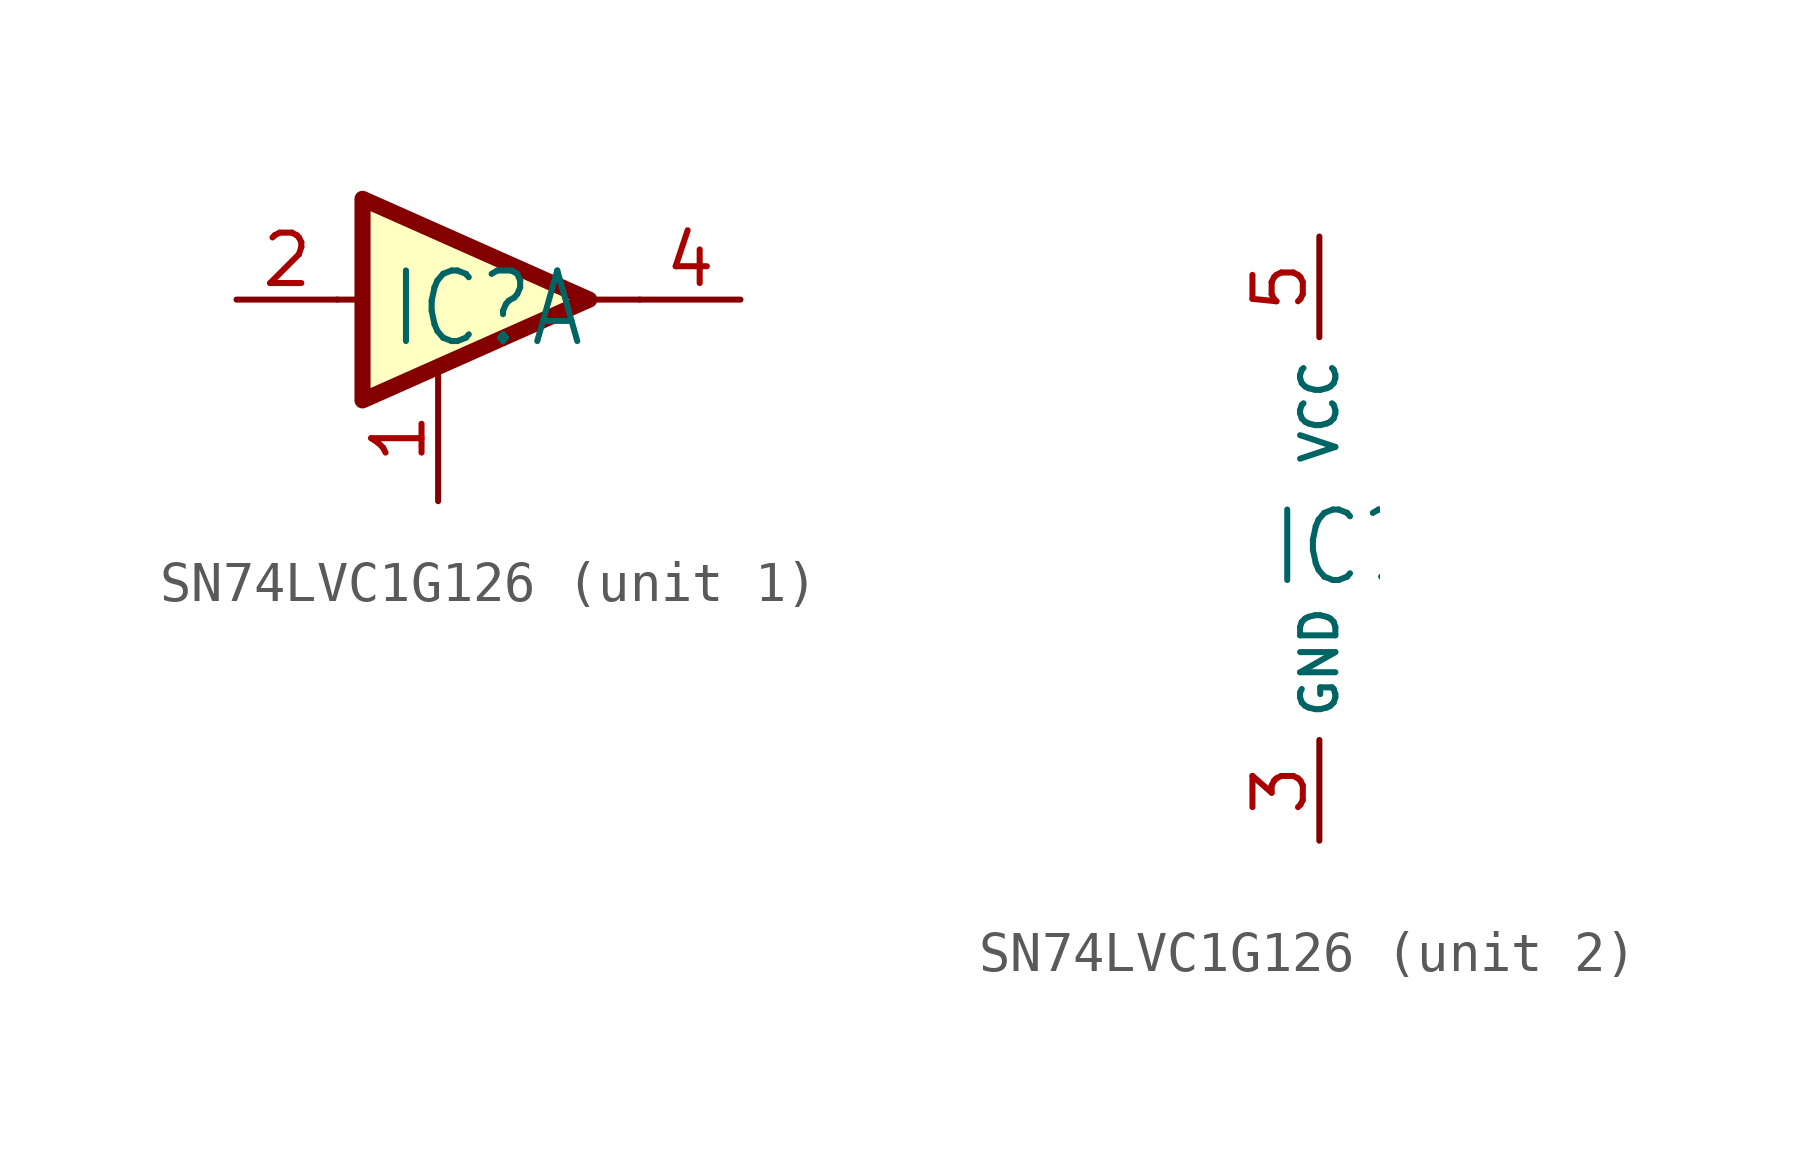
<source format=kicad_sym>
(kicad_symbol_lib
  (version 20220914)
  (generator kicad_symbol_editor)
  (symbol "SN74LVC1G126"
    (property "Reference" "IC"
      (at -1.27 -1.27 0)
      (effects (font (size 1.778 1.511)) (justify left bottom)))
    (symbol "SN74LVC1G126_1_0"
      (polyline (pts (xy -2.54 0) (xy -1.905 0)) (stroke (width 0.152) (type solid)) (fill (type none)))
      (polyline (pts (xy 5.08 0) (xy 3.81 0)) (stroke (width 0.152) (type solid)) (fill (type none)))
      (pin input line (at 0 -5.08 90) (length 3.175) (name "OE" (effects (font (size 0 0)))) (number "1" (effects (font (size 1.27 1.27)))))
      (pin input line (at -5.08 0 0) (length 2.54) (name "A" (effects (font (size 0 0)))) (number "2" (effects (font (size 1.27 1.27)))))
      (pin output line (at 7.62 0 180) (length 2.54) (name "Y" (effects (font (size 0 0)))) (number "4" (effects (font (size 1.27 1.27))))))
    (symbol "SN74LVC1G126_1_1"
      (polyline (pts (xy -1.905 2.54) (xy 3.81 0) (xy -1.905 -2.54) (xy -1.905 2.54)) (stroke (width 0.406) (type default)) (fill (type background))))
    (symbol "SN74LVC1G126_2_0"
      (pin power_in line (at 0 -7.62 90) (length 2.54) (name "GND" (effects (font (size 0.889 0.889)))) (number "3" (effects (font (size 1.27 1.27)))))
      (pin power_in line (at 0 7.62 270) (length 2.54) (name "VCC" (effects (font (size 0.889 0.889)))) (number "5" (effects (font (size 1.27 1.27))))))))
</source>
